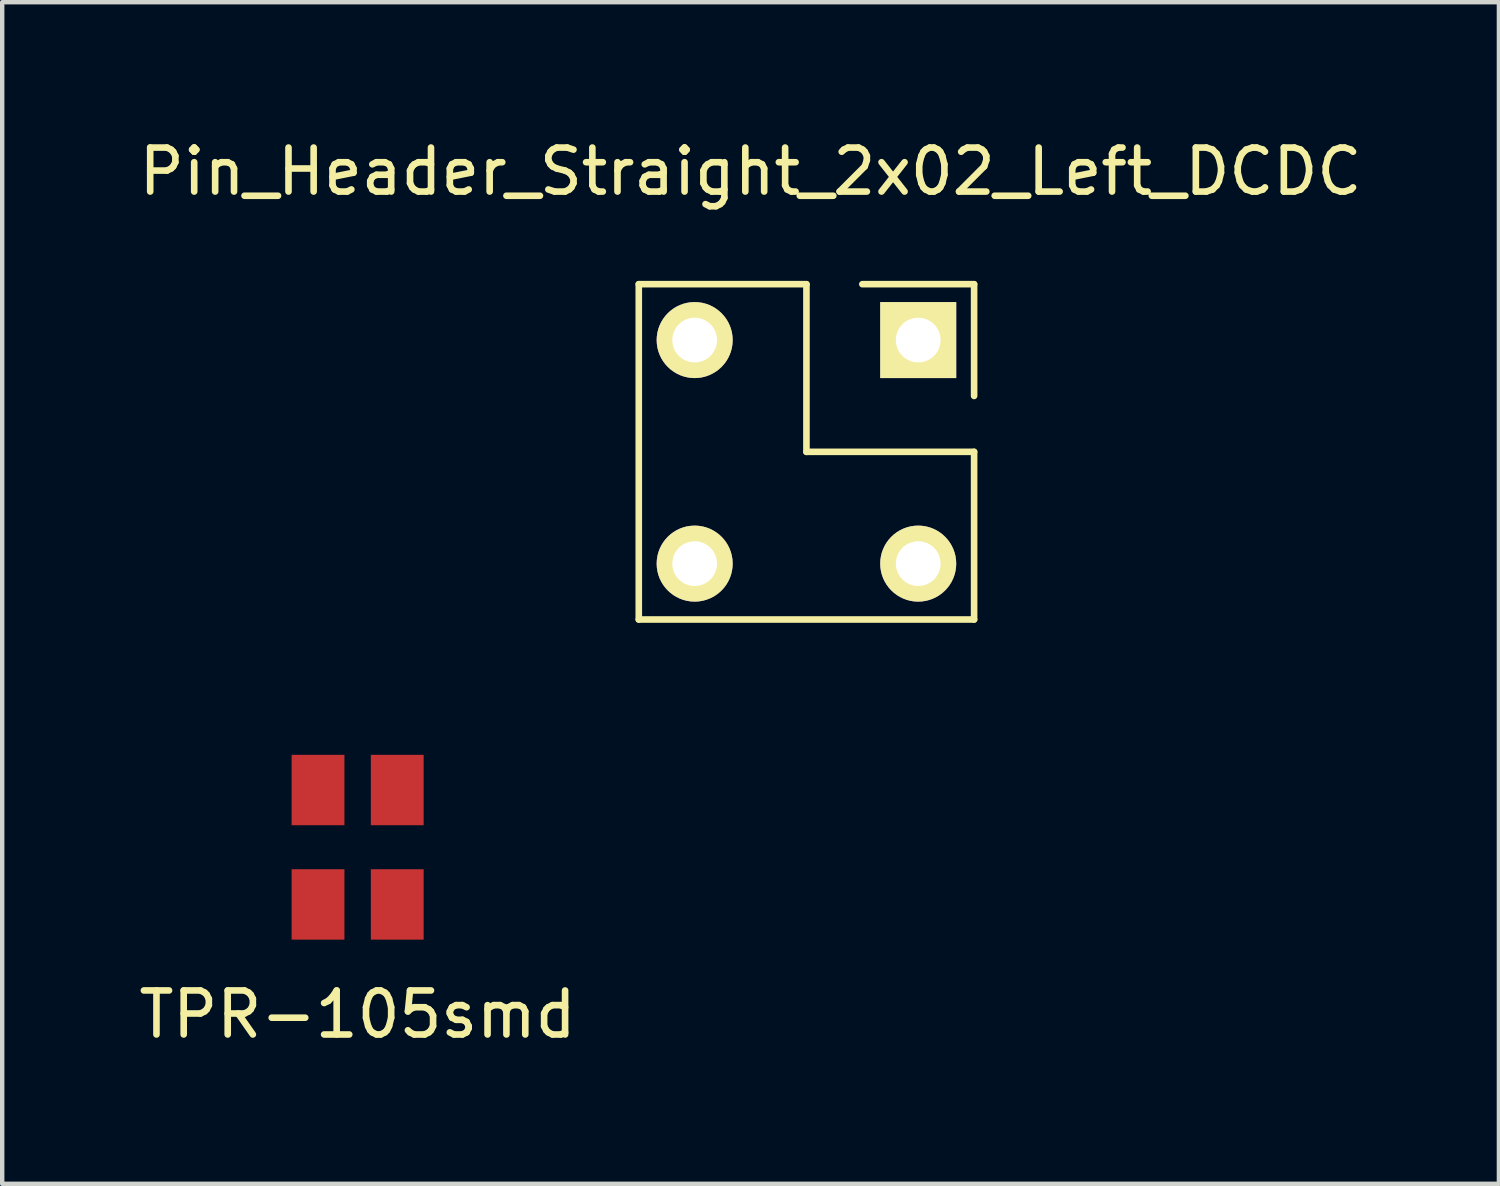
<source format=kicad_pcb>
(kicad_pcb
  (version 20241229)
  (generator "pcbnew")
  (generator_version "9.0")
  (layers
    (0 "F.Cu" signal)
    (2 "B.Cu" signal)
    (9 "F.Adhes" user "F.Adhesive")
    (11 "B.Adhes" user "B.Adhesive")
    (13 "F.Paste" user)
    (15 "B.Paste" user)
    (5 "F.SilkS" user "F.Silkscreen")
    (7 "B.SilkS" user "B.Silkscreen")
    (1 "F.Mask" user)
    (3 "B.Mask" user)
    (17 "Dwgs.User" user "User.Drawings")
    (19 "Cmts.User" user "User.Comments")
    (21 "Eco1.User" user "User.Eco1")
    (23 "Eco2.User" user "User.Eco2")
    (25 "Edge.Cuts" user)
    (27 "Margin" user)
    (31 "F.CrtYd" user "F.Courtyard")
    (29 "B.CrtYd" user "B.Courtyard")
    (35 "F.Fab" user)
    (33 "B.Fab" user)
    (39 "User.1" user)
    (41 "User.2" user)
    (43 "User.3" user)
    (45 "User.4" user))
  (footprint "Pin_Header_Straight_2x02_Left_DCDC"
    (layer "F.Cu")
    (at 14.006 5.948)
    (property "Reference" "Pin_Header_Straight_2x02_Left_DCDC" (at 0 -5.1 0) (layer "F.SilkS") (effects (font (size 1 1) (thickness 0.15))))
    (attr through_hole)
    (fp_line (start -2.54 -2.54) (end -2.54 5.08) (stroke (width 0.15) (type solid)) (layer "F.SilkS"))
    (fp_line (start -2.54 5.08) (end 5.08 5.08) (stroke (width 0.15) (type solid)) (layer "F.SilkS"))
    (fp_line (start 1.27 -2.54) (end -2.54 -2.54) (stroke (width 0.15) (type solid)) (layer "F.SilkS"))
    (fp_line (start 1.27 1.27) (end 1.27 -2.54) (stroke (width 0.15) (type solid)) (layer "F.SilkS"))
    (fp_line (start 2.54 -2.54) (end 5.08 -2.54) (stroke (width 0.15) (type solid)) (layer "F.SilkS"))
    (fp_line (start 5.08 -2.54) (end 5.08 0) (stroke (width 0.15) (type solid)) (layer "F.SilkS"))
    (fp_line (start 5.08 1.27) (end 1.27 1.27) (stroke (width 0.15) (type solid)) (layer "F.SilkS"))
    (fp_line (start 5.08 5.08) (end 5.08 1.27) (stroke (width 0.15) (type solid)) (layer "F.SilkS"))
    (pad "1" thru_hole rect (at 3.81 -1.27) (size 1.727 1.727) (drill 1.016) (layers "*.Cu" "*.Mask" "F.SilkS"))
    (pad "2" thru_hole oval (at -1.27 -1.27) (size 1.727 1.727) (drill 1.016) (layers "*.Cu" "*.Mask" "F.SilkS"))
    (pad "3" thru_hole oval (at 3.81 3.81) (size 1.727 1.727) (drill 1.016) (layers "*.Cu" "*.Mask" "F.SilkS"))
    (pad "4" thru_hole oval (at -1.27 3.81) (size 1.727 1.727) (drill 1.016) (layers "*.Cu" "*.Mask" "F.SilkS")))
  (footprint "TPR-105smd"
    (layer "F.Cu")
    (at 5.077 16.203)
    (property "Reference" "TPR-105smd" (at 0 3.8 0) (layer "F.SilkS") (effects (font (size 1 1) (thickness 0.15))))
    (attr through_hole)
    (pad "1" smd rect (at -0.9 -1.3) (size 1.2 1.6) (layers "F.Cu" "F.Mask" "F.Paste"))
    (pad "2" smd rect (at -0.9 1.3) (size 1.2 1.6) (layers "F.Cu" "F.Mask" "F.Paste"))
    (pad "3" smd rect (at 0.9 1.3) (size 1.2 1.6) (layers "F.Cu" "F.Mask" "F.Paste"))
    (pad "4" smd rect (at 0.9 -1.3) (size 1.2 1.6) (layers "F.Cu" "F.Mask" "F.Paste")))
  (gr_rect
    (start -3 -3)
    (end 31.012 23.852)
    (stroke (width 0.1) (type default))
    (fill no)
    (layer "Edge.Cuts")))
</source>
